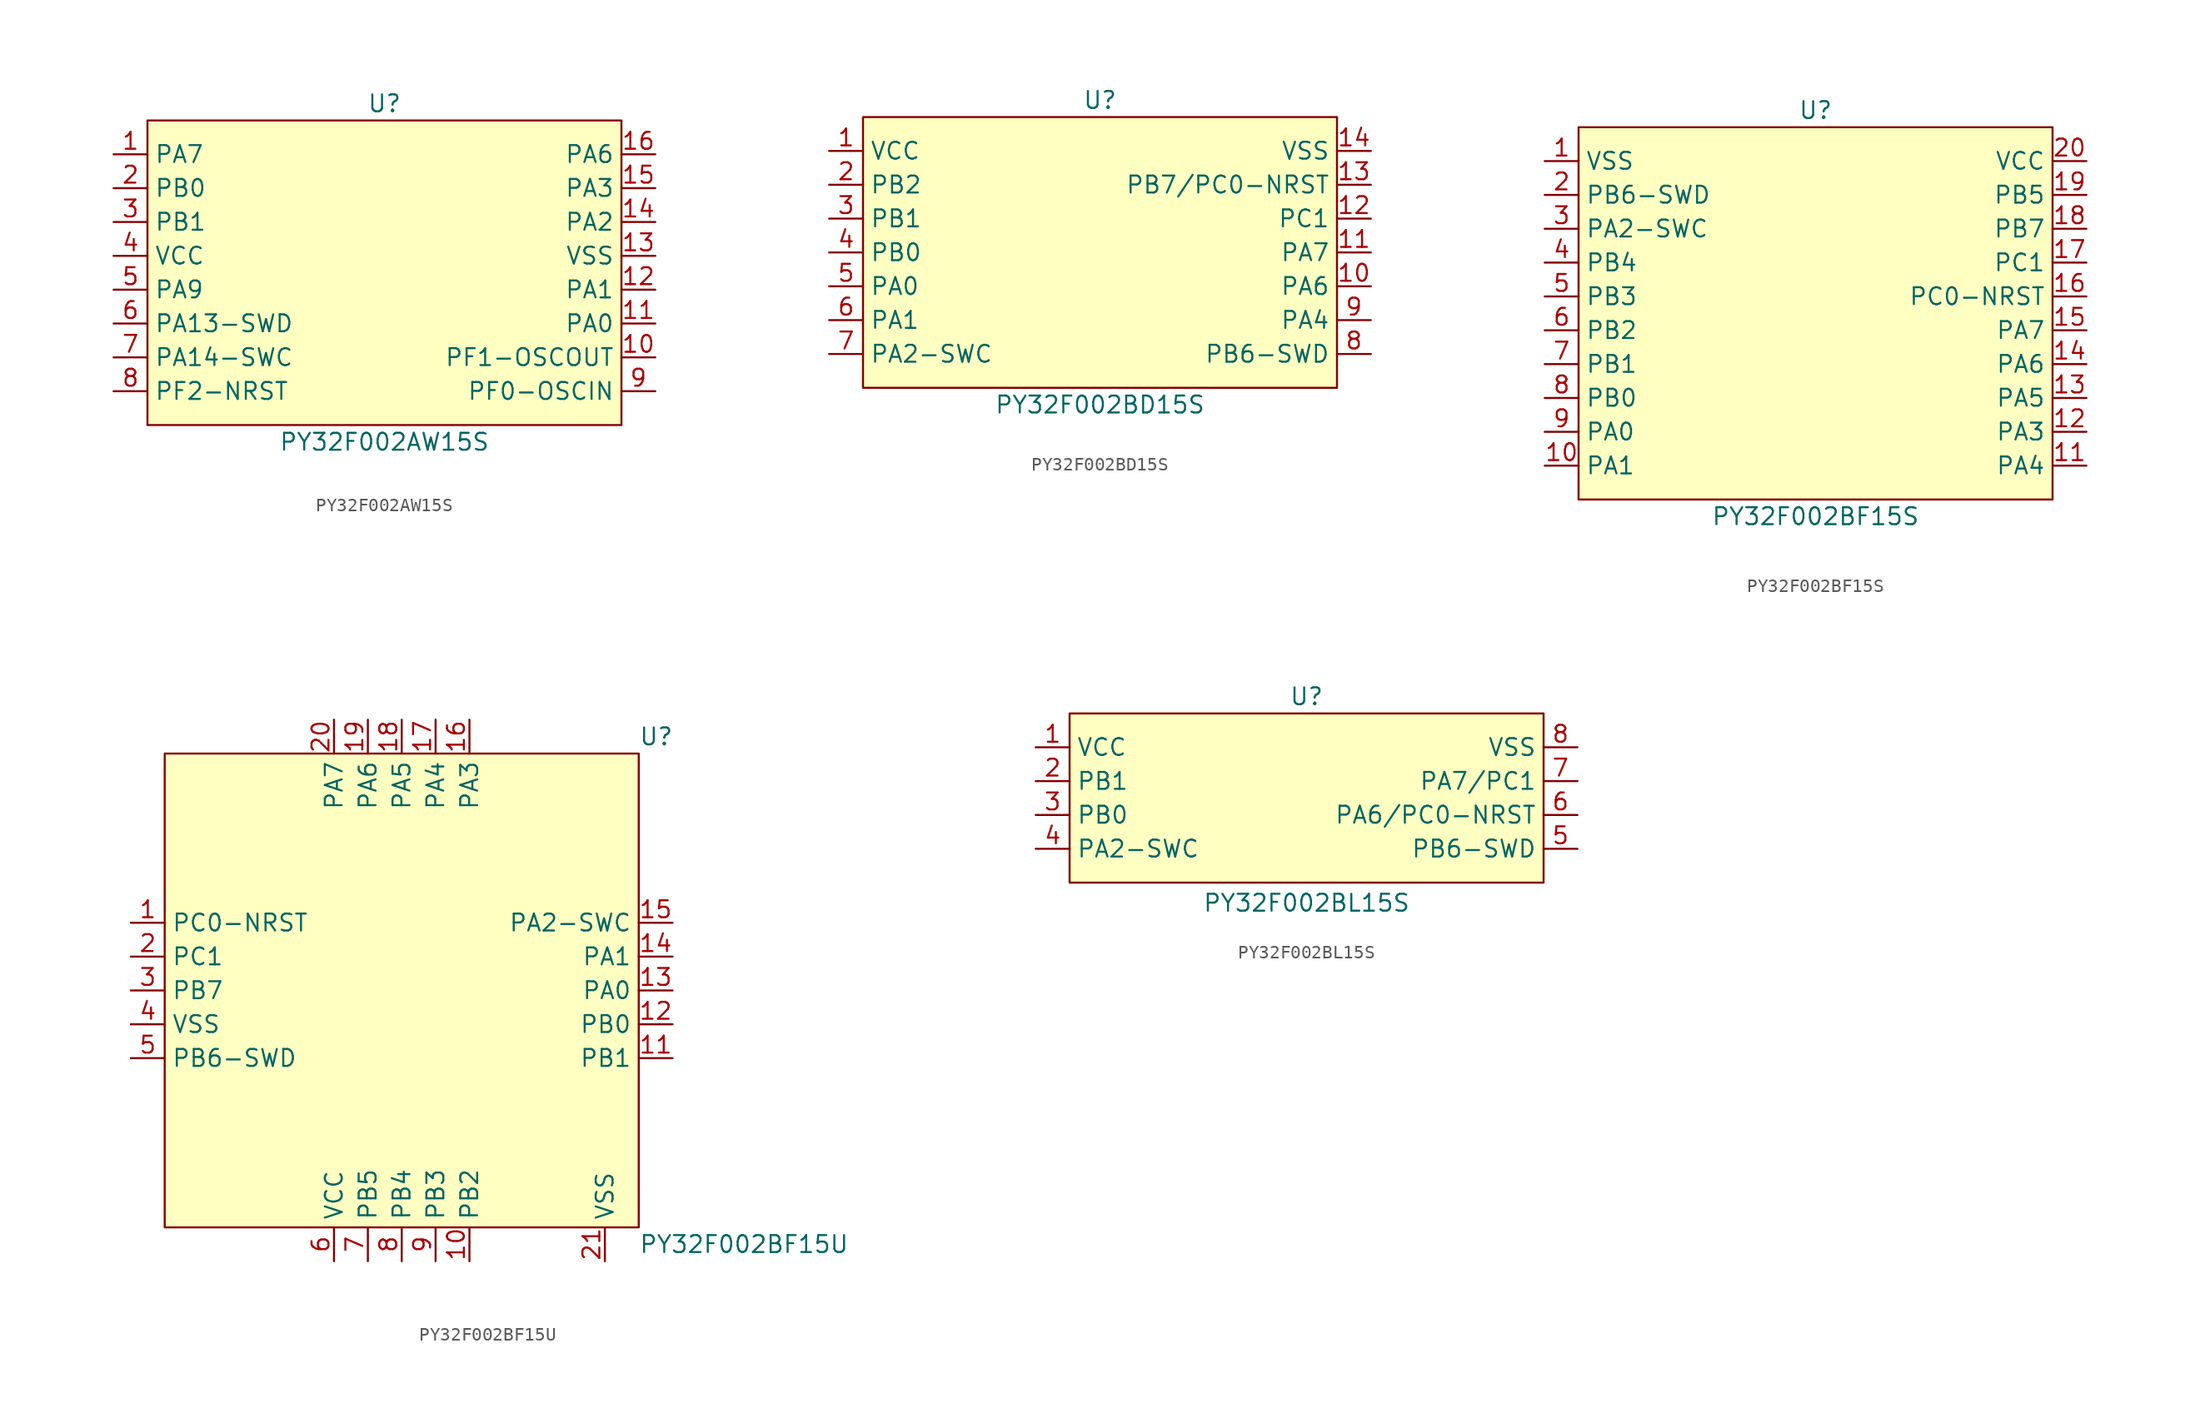
<source format=kicad_sym>
(kicad_symbol_lib
  (version 20241209)
  (generator "kicad_symbol_editor")
  (generator_version "9.0")
  (symbol "PY32F002AW15S"
    (property "Reference" "U"
      (at 0 12.7 0)
      (effects (font (size 1.27 1.27))))
    (property "Value" "PY32F002AW15S"
      (at 0 -12.7 0)
      (effects (font (size 1.27 1.27))))
    (symbol "PY32F002AW15S_0_0"
      (pin unspecified line (at -20.32 8.89 0) (length 2.54) (name "PA7" (effects (font (size 1.27 1.27)))) (number "1" (effects (font (size 1.27 1.27)))))
      (pin unspecified line (at -20.32 6.35 0) (length 2.54) (name "PB0" (effects (font (size 1.27 1.27)))) (number "2" (effects (font (size 1.27 1.27)))))
      (pin unspecified line (at -20.32 3.81 0) (length 2.54) (name "PB1" (effects (font (size 1.27 1.27)))) (number "3" (effects (font (size 1.27 1.27)))))
      (pin unspecified line (at -20.32 1.27 0) (length 2.54) (name "VCC" (effects (font (size 1.27 1.27)))) (number "4" (effects (font (size 1.27 1.27)))))
      (pin unspecified line (at -20.32 -1.27 0) (length 2.54) (name "PA9" (effects (font (size 1.27 1.27)))) (number "5" (effects (font (size 1.27 1.27)))))
      (pin unspecified line (at -20.32 -3.81 0) (length 2.54) (name "PA13-SWD" (effects (font (size 1.27 1.27)))) (number "6" (effects (font (size 1.27 1.27)))))
      (pin unspecified line (at -20.32 -6.35 0) (length 2.54) (name "PA14-SWC" (effects (font (size 1.27 1.27)))) (number "7" (effects (font (size 1.27 1.27)))))
      (pin unspecified line (at -20.32 -8.89 0) (length 2.54) (name "PF2-NRST" (effects (font (size 1.27 1.27)))) (number "8" (effects (font (size 1.27 1.27)))))
      (pin unspecified line (at 20.32 8.89 180) (length 2.54) (name "PA6" (effects (font (size 1.27 1.27)))) (number "16" (effects (font (size 1.27 1.27)))))
      (pin unspecified line (at 20.32 6.35 180) (length 2.54) (name "PA3" (effects (font (size 1.27 1.27)))) (number "15" (effects (font (size 1.27 1.27)))))
      (pin unspecified line (at 20.32 3.81 180) (length 2.54) (name "PA2" (effects (font (size 1.27 1.27)))) (number "14" (effects (font (size 1.27 1.27)))))
      (pin unspecified line (at 20.32 1.27 180) (length 2.54) (name "VSS" (effects (font (size 1.27 1.27)))) (number "13" (effects (font (size 1.27 1.27)))))
      (pin unspecified line (at 20.32 -1.27 180) (length 2.54) (name "PA1" (effects (font (size 1.27 1.27)))) (number "12" (effects (font (size 1.27 1.27)))))
      (pin unspecified line (at 20.32 -3.81 180) (length 2.54) (name "PA0" (effects (font (size 1.27 1.27)))) (number "11" (effects (font (size 1.27 1.27)))))
      (pin unspecified line (at 20.32 -6.35 180) (length 2.54) (name "PF1-OSCOUT" (effects (font (size 1.27 1.27)))) (number "10" (effects (font (size 1.27 1.27)))))
      (pin unspecified line (at 20.32 -8.89 180) (length 2.54) (name "PF0-OSCIN" (effects (font (size 1.27 1.27)))) (number "9" (effects (font (size 1.27 1.27))))))
    (symbol "PY32F002AW15S_1_1"
      (rectangle (start -17.78 11.43) (end 17.78 -11.43) (stroke (width 0) (type solid)) (fill (type background)))))
  (symbol "PY32F002BD15S"
    (property "Reference" "U"
      (at 0 11.43 0)
      (effects (font (size 1.27 1.27))))
    (property "Value" "PY32F002BD15S"
      (at 0 -11.43 0)
      (effects (font (size 1.27 1.27))))
    (symbol "PY32F002BD15S_0_0"
      (pin unspecified line (at -20.32 7.62 0) (length 2.54) (name "VCC" (effects (font (size 1.27 1.27)))) (number "1" (effects (font (size 1.27 1.27)))))
      (pin unspecified line (at -20.32 5.08 0) (length 2.54) (name "PB2" (effects (font (size 1.27 1.27)))) (number "2" (effects (font (size 1.27 1.27)))))
      (pin unspecified line (at -20.32 2.54 0) (length 2.54) (name "PB1" (effects (font (size 1.27 1.27)))) (number "3" (effects (font (size 1.27 1.27)))))
      (pin unspecified line (at -20.32 0 0) (length 2.54) (name "PB0" (effects (font (size 1.27 1.27)))) (number "4" (effects (font (size 1.27 1.27)))))
      (pin unspecified line (at -20.32 -2.54 0) (length 2.54) (name "PA0" (effects (font (size 1.27 1.27)))) (number "5" (effects (font (size 1.27 1.27)))))
      (pin unspecified line (at -20.32 -5.08 0) (length 2.54) (name "PA1" (effects (font (size 1.27 1.27)))) (number "6" (effects (font (size 1.27 1.27)))))
      (pin unspecified line (at -20.32 -7.62 0) (length 2.54) (name "PA2-SWC" (effects (font (size 1.27 1.27)))) (number "7" (effects (font (size 1.27 1.27)))))
      (pin unspecified line (at 20.32 7.62 180) (length 2.54) (name "VSS" (effects (font (size 1.27 1.27)))) (number "14" (effects (font (size 1.27 1.27)))))
      (pin unspecified line (at 20.32 5.08 180) (length 2.54) (name "PB7/PC0-NRST" (effects (font (size 1.27 1.27)))) (number "13" (effects (font (size 1.27 1.27)))))
      (pin unspecified line (at 20.32 2.54 180) (length 2.54) (name "PC1" (effects (font (size 1.27 1.27)))) (number "12" (effects (font (size 1.27 1.27)))))
      (pin unspecified line (at 20.32 0 180) (length 2.54) (name "PA7" (effects (font (size 1.27 1.27)))) (number "11" (effects (font (size 1.27 1.27)))))
      (pin unspecified line (at 20.32 -2.54 180) (length 2.54) (name "PA6" (effects (font (size 1.27 1.27)))) (number "10" (effects (font (size 1.27 1.27)))))
      (pin unspecified line (at 20.32 -5.08 180) (length 2.54) (name "PA4" (effects (font (size 1.27 1.27)))) (number "9" (effects (font (size 1.27 1.27)))))
      (pin unspecified line (at 20.32 -7.62 180) (length 2.54) (name "PB6-SWD" (effects (font (size 1.27 1.27)))) (number "8" (effects (font (size 1.27 1.27))))))
    (symbol "PY32F002BD15S_1_1"
      (rectangle (start -17.78 10.16) (end 17.78 -10.16) (stroke (width 0) (type solid)) (fill (type background)))))
  (symbol "PY32F002BF15S"
    (property "Reference" "U"
      (at 0 15.24 0)
      (effects (font (size 1.27 1.27))))
    (property "Value" "PY32F002BF15S"
      (at 0 -15.24 0)
      (effects (font (size 1.27 1.27))))
    (symbol "PY32F002BF15S_0_0"
      (pin unspecified line (at -20.32 11.43 0) (length 2.54) (name "VSS" (effects (font (size 1.27 1.27)))) (number "1" (effects (font (size 1.27 1.27)))))
      (pin unspecified line (at -20.32 8.89 0) (length 2.54) (name "PB6-SWD" (effects (font (size 1.27 1.27)))) (number "2" (effects (font (size 1.27 1.27)))))
      (pin unspecified line (at -20.32 6.35 0) (length 2.54) (name "PA2-SWC" (effects (font (size 1.27 1.27)))) (number "3" (effects (font (size 1.27 1.27)))))
      (pin unspecified line (at -20.32 3.81 0) (length 2.54) (name "PB4" (effects (font (size 1.27 1.27)))) (number "4" (effects (font (size 1.27 1.27)))))
      (pin unspecified line (at -20.32 1.27 0) (length 2.54) (name "PB3" (effects (font (size 1.27 1.27)))) (number "5" (effects (font (size 1.27 1.27)))))
      (pin unspecified line (at -20.32 -1.27 0) (length 2.54) (name "PB2" (effects (font (size 1.27 1.27)))) (number "6" (effects (font (size 1.27 1.27)))))
      (pin unspecified line (at -20.32 -3.81 0) (length 2.54) (name "PB1" (effects (font (size 1.27 1.27)))) (number "7" (effects (font (size 1.27 1.27)))))
      (pin unspecified line (at -20.32 -6.35 0) (length 2.54) (name "PB0" (effects (font (size 1.27 1.27)))) (number "8" (effects (font (size 1.27 1.27)))))
      (pin unspecified line (at -20.32 -8.89 0) (length 2.54) (name "PA0" (effects (font (size 1.27 1.27)))) (number "9" (effects (font (size 1.27 1.27)))))
      (pin unspecified line (at -20.32 -11.43 0) (length 2.54) (name "PA1" (effects (font (size 1.27 1.27)))) (number "10" (effects (font (size 1.27 1.27)))))
      (pin unspecified line (at 20.32 11.43 180) (length 2.54) (name "VCC" (effects (font (size 1.27 1.27)))) (number "20" (effects (font (size 1.27 1.27)))))
      (pin unspecified line (at 20.32 8.89 180) (length 2.54) (name "PB5" (effects (font (size 1.27 1.27)))) (number "19" (effects (font (size 1.27 1.27)))))
      (pin unspecified line (at 20.32 6.35 180) (length 2.54) (name "PB7" (effects (font (size 1.27 1.27)))) (number "18" (effects (font (size 1.27 1.27)))))
      (pin unspecified line (at 20.32 3.81 180) (length 2.54) (name "PC1" (effects (font (size 1.27 1.27)))) (number "17" (effects (font (size 1.27 1.27)))))
      (pin unspecified line (at 20.32 1.27 180) (length 2.54) (name "PC0-NRST" (effects (font (size 1.27 1.27)))) (number "16" (effects (font (size 1.27 1.27)))))
      (pin unspecified line (at 20.32 -1.27 180) (length 2.54) (name "PA7" (effects (font (size 1.27 1.27)))) (number "15" (effects (font (size 1.27 1.27)))))
      (pin unspecified line (at 20.32 -3.81 180) (length 2.54) (name "PA6" (effects (font (size 1.27 1.27)))) (number "14" (effects (font (size 1.27 1.27)))))
      (pin unspecified line (at 20.32 -6.35 180) (length 2.54) (name "PA5" (effects (font (size 1.27 1.27)))) (number "13" (effects (font (size 1.27 1.27)))))
      (pin unspecified line (at 20.32 -8.89 180) (length 2.54) (name "PA3" (effects (font (size 1.27 1.27)))) (number "12" (effects (font (size 1.27 1.27)))))
      (pin unspecified line (at 20.32 -11.43 180) (length 2.54) (name "PA4" (effects (font (size 1.27 1.27)))) (number "11" (effects (font (size 1.27 1.27))))))
    (symbol "PY32F002BF15S_1_1"
      (rectangle (start -17.78 13.97) (end 17.78 -13.97) (stroke (width 0) (type solid)) (fill (type background)))))
  (symbol "PY32F002BF15U"
    (property "Reference" "U"
      (at 17.78 19.05 0)
      (effects (font (size 1.27 1.27)) (justify left)))
    (property "Value" "PY32F002BF15U"
      (at 17.78 -19.05 0)
      (effects (font (size 1.27 1.27)) (justify left)))
    (symbol "PY32F002BF15U_0_0"
      (pin unspecified line (at -20.32 5.08 0) (length 2.54) (name "PC0-NRST" (effects (font (size 1.27 1.27)))) (number "1" (effects (font (size 1.27 1.27)))))
      (pin unspecified line (at -20.32 2.54 0) (length 2.54) (name "PC1" (effects (font (size 1.27 1.27)))) (number "2" (effects (font (size 1.27 1.27)))))
      (pin unspecified line (at -20.32 0 0) (length 2.54) (name "PB7" (effects (font (size 1.27 1.27)))) (number "3" (effects (font (size 1.27 1.27)))))
      (pin unspecified line (at -20.32 -2.54 0) (length 2.54) (name "VSS" (effects (font (size 1.27 1.27)))) (number "4" (effects (font (size 1.27 1.27)))))
      (pin unspecified line (at -20.32 -5.08 0) (length 2.54) (name "PB6-SWD" (effects (font (size 1.27 1.27)))) (number "5" (effects (font (size 1.27 1.27)))))
      (pin unspecified line (at -5.08 20.32 270) (length 2.54) (name "PA7" (effects (font (size 1.27 1.27)))) (number "20" (effects (font (size 1.27 1.27)))))
      (pin unspecified line (at -5.08 -20.32 90) (length 2.54) (name "VCC" (effects (font (size 1.27 1.27)))) (number "6" (effects (font (size 1.27 1.27)))))
      (pin unspecified line (at -2.54 20.32 270) (length 2.54) (name "PA6" (effects (font (size 1.27 1.27)))) (number "19" (effects (font (size 1.27 1.27)))))
      (pin unspecified line (at -2.54 -20.32 90) (length 2.54) (name "PB5" (effects (font (size 1.27 1.27)))) (number "7" (effects (font (size 1.27 1.27)))))
      (pin unspecified line (at 0 20.32 270) (length 2.54) (name "PA5" (effects (font (size 1.27 1.27)))) (number "18" (effects (font (size 1.27 1.27)))))
      (pin unspecified line (at 0 -20.32 90) (length 2.54) (name "PB4" (effects (font (size 1.27 1.27)))) (number "8" (effects (font (size 1.27 1.27)))))
      (pin unspecified line (at 2.54 20.32 270) (length 2.54) (name "PA4" (effects (font (size 1.27 1.27)))) (number "17" (effects (font (size 1.27 1.27)))))
      (pin unspecified line (at 2.54 -20.32 90) (length 2.54) (name "PB3" (effects (font (size 1.27 1.27)))) (number "9" (effects (font (size 1.27 1.27)))))
      (pin unspecified line (at 5.08 20.32 270) (length 2.54) (name "PA3" (effects (font (size 1.27 1.27)))) (number "16" (effects (font (size 1.27 1.27)))))
      (pin unspecified line (at 5.08 -20.32 90) (length 2.54) (name "PB2" (effects (font (size 1.27 1.27)))) (number "10" (effects (font (size 1.27 1.27)))))
      (pin unspecified line (at 20.32 5.08 180) (length 2.54) (name "PA2-SWC" (effects (font (size 1.27 1.27)))) (number "15" (effects (font (size 1.27 1.27)))))
      (pin unspecified line (at 20.32 2.54 180) (length 2.54) (name "PA1" (effects (font (size 1.27 1.27)))) (number "14" (effects (font (size 1.27 1.27)))))
      (pin unspecified line (at 20.32 0 180) (length 2.54) (name "PA0" (effects (font (size 1.27 1.27)))) (number "13" (effects (font (size 1.27 1.27)))))
      (pin unspecified line (at 20.32 -2.54 180) (length 2.54) (name "PB0" (effects (font (size 1.27 1.27)))) (number "12" (effects (font (size 1.27 1.27)))))
      (pin unspecified line (at 20.32 -5.08 180) (length 2.54) (name "PB1" (effects (font (size 1.27 1.27)))) (number "11" (effects (font (size 1.27 1.27))))))
    (symbol "PY32F002BF15U_1_0"
      (pin unspecified line (at 15.24 -20.32 90) (length 2.54) (name "VSS" (effects (font (size 1.27 1.27)))) (number "21" (effects (font (size 1.27 1.27))))))
    (symbol "PY32F002BF15U_1_1"
      (rectangle (start -17.78 17.78) (end 17.78 -17.78) (stroke (width 0) (type solid)) (fill (type background)))))
  (symbol "PY32F002BL15S"
    (property "Reference" "U"
      (at 0 7.62 0)
      (effects (font (size 1.27 1.27))))
    (property "Value" "PY32F002BL15S"
      (at 0 -7.874 0)
      (effects (font (size 1.27 1.27))))
    (symbol "PY32F002BL15S_0_0"
      (pin unspecified line (at -20.32 -1.27 0) (length 2.54) (name "PB0" (effects (font (size 1.27 1.27)))) (number "3" (effects (font (size 1.27 1.27)))))
      (pin unspecified line (at -20.32 -3.81 0) (length 2.54) (name "PA2-SWC" (effects (font (size 1.27 1.27)))) (number "4" (effects (font (size 1.27 1.27)))))
      (pin unspecified line (at 20.32 3.81 180) (length 2.54) (name "VSS" (effects (font (size 1.27 1.27)))) (number "8" (effects (font (size 1.27 1.27)))))
      (pin unspecified line (at 20.32 1.27 180) (length 2.54) (name "PA7/PC1" (effects (font (size 1.27 1.27)))) (number "7" (effects (font (size 1.27 1.27)))))
      (pin unspecified line (at 20.32 -1.27 180) (length 2.54) (name "PA6/PC0-NRST" (effects (font (size 1.27 1.27)))) (number "6" (effects (font (size 1.27 1.27)))))
      (pin unspecified line (at 20.32 -3.81 180) (length 2.54) (name "PB6-SWD" (effects (font (size 1.27 1.27)))) (number "5" (effects (font (size 1.27 1.27))))))
    (symbol "PY32F002BL15S_1_0"
      (pin unspecified line (at -20.32 3.81 0) (length 2.54) (name "VCC" (effects (font (size 1.27 1.27)))) (number "1" (effects (font (size 1.27 1.27)))))
      (pin unspecified line (at -20.32 1.27 0) (length 2.54) (name "PB1" (effects (font (size 1.27 1.27)))) (number "2" (effects (font (size 1.27 1.27))))))
    (symbol "PY32F002BL15S_1_1"
      (rectangle (start -17.78 6.35) (end 17.78 -6.35) (stroke (width 0) (type solid)) (fill (type background))))))
</source>
